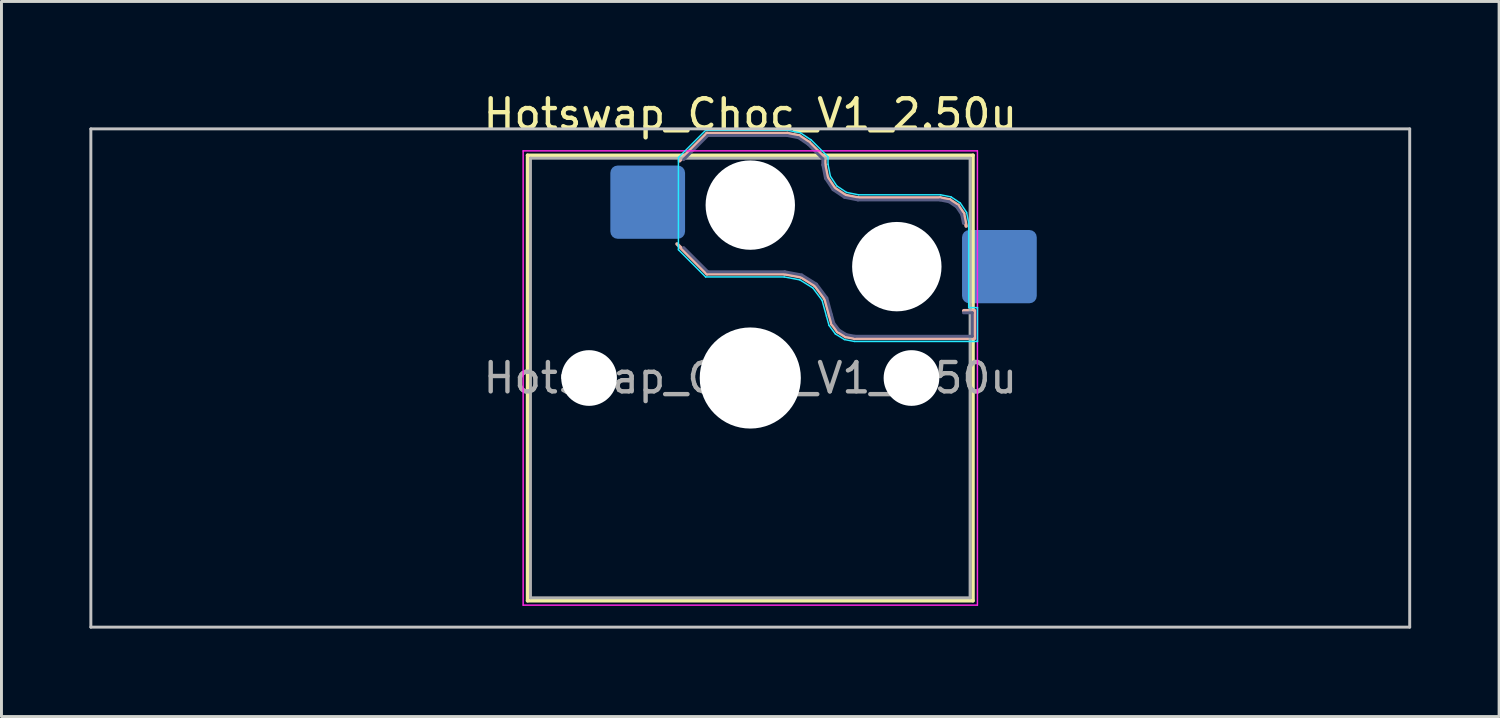
<source format=kicad_pcb>
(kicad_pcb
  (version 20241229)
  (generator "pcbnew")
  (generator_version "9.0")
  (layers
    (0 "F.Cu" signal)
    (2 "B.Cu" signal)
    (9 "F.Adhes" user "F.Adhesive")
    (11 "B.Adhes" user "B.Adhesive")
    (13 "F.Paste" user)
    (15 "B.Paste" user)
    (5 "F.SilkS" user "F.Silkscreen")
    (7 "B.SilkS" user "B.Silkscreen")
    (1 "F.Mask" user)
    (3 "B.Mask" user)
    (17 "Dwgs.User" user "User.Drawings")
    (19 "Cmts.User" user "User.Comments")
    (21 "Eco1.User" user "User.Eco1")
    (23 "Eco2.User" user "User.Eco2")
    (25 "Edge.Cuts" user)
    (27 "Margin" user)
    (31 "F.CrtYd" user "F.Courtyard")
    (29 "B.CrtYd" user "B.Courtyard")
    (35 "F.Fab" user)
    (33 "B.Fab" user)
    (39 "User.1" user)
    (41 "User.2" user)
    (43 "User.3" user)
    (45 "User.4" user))
  (footprint "Hotswap_Choc_V1_2.50u"
    (layer "F.Cu")
    (at 22.55 9.848)
    (property "Reference" "Hotswap_Choc_V1_2.50u" (at 0 -9 0) (layer "F.SilkS") (effects (font (size 1 1) (thickness 0.15))))
    (attr smd)
    (fp_line (start -7.6 -7.6) (end -7.6 7.6) (stroke (width 0.12) (type solid)) (layer "F.SilkS"))
    (fp_line (start -7.6 7.6) (end 7.6 7.6) (stroke (width 0.12) (type solid)) (layer "F.SilkS"))
    (fp_line (start 7.6 -7.6) (end -7.6 -7.6) (stroke (width 0.12) (type solid)) (layer "F.SilkS"))
    (fp_line (start 7.6 7.6) (end 7.6 -7.6) (stroke (width 0.12) (type solid)) (layer "F.SilkS"))
    (fp_line (start -2.416 -7.409) (end -1.479 -8.346) (stroke (width 0.12) (type solid)) (layer "B.SilkS"))
    (fp_line (start -1.479 -8.346) (end 1.268 -8.346) (stroke (width 0.12) (type solid)) (layer "B.SilkS"))
    (fp_line (start -1.479 -3.554) (end -2.5 -4.575) (stroke (width 0.12) (type solid)) (layer "B.SilkS"))
    (fp_line (start 1.168 -3.554) (end -1.479 -3.554) (stroke (width 0.12) (type solid)) (layer "B.SilkS"))
    (fp_line (start 1.268 -8.346) (end 1.671 -8.266) (stroke (width 0.12) (type solid)) (layer "B.SilkS"))
    (fp_line (start 1.671 -8.266) (end 2.013 -8.037) (stroke (width 0.12) (type solid)) (layer "B.SilkS"))
    (fp_line (start 1.73 -3.449) (end 1.168 -3.554) (stroke (width 0.12) (type solid)) (layer "B.SilkS"))
    (fp_line (start 2.013 -8.037) (end 2.546 -7.504) (stroke (width 0.12) (type solid)) (layer "B.SilkS"))
    (fp_line (start 2.209 -3.15) (end 1.73 -3.449) (stroke (width 0.12) (type solid)) (layer "B.SilkS"))
    (fp_line (start 2.546 -7.504) (end 2.546 -7.282) (stroke (width 0.12) (type solid)) (layer "B.SilkS"))
    (fp_line (start 2.546 -7.282) (end 2.633 -6.844) (stroke (width 0.12) (type solid)) (layer "B.SilkS"))
    (fp_line (start 2.547 -2.697) (end 2.209 -3.15) (stroke (width 0.12) (type solid)) (layer "B.SilkS"))
    (fp_line (start 2.633 -6.844) (end 2.877 -6.477) (stroke (width 0.12) (type solid)) (layer "B.SilkS"))
    (fp_line (start 2.701 -2.139) (end 2.547 -2.697) (stroke (width 0.12) (type solid)) (layer "B.SilkS"))
    (fp_line (start 2.783 -1.841) (end 2.701 -2.139) (stroke (width 0.12) (type solid)) (layer "B.SilkS"))
    (fp_line (start 2.877 -6.477) (end 3.244 -6.233) (stroke (width 0.12) (type solid)) (layer "B.SilkS"))
    (fp_line (start 2.976 -1.583) (end 2.783 -1.841) (stroke (width 0.12) (type solid)) (layer "B.SilkS"))
    (fp_line (start 3.244 -6.233) (end 3.682 -6.146) (stroke (width 0.12) (type solid)) (layer "B.SilkS"))
    (fp_line (start 3.25 -1.413) (end 2.976 -1.583) (stroke (width 0.12) (type solid)) (layer "B.SilkS"))
    (fp_line (start 3.56 -1.354) (end 3.25 -1.413) (stroke (width 0.12) (type solid)) (layer "B.SilkS"))
    (fp_line (start 3.682 -6.146) (end 6.482 -6.146) (stroke (width 0.12) (type solid)) (layer "B.SilkS"))
    (fp_line (start 6.482 -6.146) (end 6.809 -6.081) (stroke (width 0.12) (type solid)) (layer "B.SilkS"))
    (fp_line (start 6.809 -6.081) (end 7.092 -5.892) (stroke (width 0.12) (type solid)) (layer "B.SilkS"))
    (fp_line (start 7.092 -5.892) (end 7.281 -5.609) (stroke (width 0.12) (type solid)) (layer "B.SilkS"))
    (fp_line (start 7.281 -5.609) (end 7.366 -5.182) (stroke (width 0.12) (type solid)) (layer "B.SilkS"))
    (fp_line (start 7.283 -2.296) (end 7.646 -2.296) (stroke (width 0.12) (type solid)) (layer "B.SilkS"))
    (fp_line (start 7.646 -2.296) (end 7.646 -1.354) (stroke (width 0.12) (type solid)) (layer "B.SilkS"))
    (fp_line (start 7.646 -1.354) (end 3.56 -1.354) (stroke (width 0.12) (type solid)) (layer "B.SilkS"))
    (fp_line (start -22.5 -8.5) (end -22.5 8.5) (stroke (width 0.1) (type solid)) (layer "Dwgs.User"))
    (fp_line (start -22.5 8.5) (end 22.5 8.5) (stroke (width 0.1) (type solid)) (layer "Dwgs.User"))
    (fp_line (start 22.5 -8.5) (end -22.5 -8.5) (stroke (width 0.1) (type solid)) (layer "Dwgs.User"))
    (fp_line (start 22.5 8.5) (end 22.5 -8.5) (stroke (width 0.1) (type solid)) (layer "Dwgs.User"))
    (fp_line (start -7.25 -7.25) (end -7.25 7.25) (stroke (width 0.1) (type solid)) (layer "Eco1.User"))
    (fp_line (start -7.25 7.25) (end 7.25 7.25) (stroke (width 0.1) (type solid)) (layer "Eco1.User"))
    (fp_line (start 7.25 -7.25) (end -7.25 -7.25) (stroke (width 0.1) (type solid)) (layer "Eco1.User"))
    (fp_line (start 7.25 7.25) (end 7.25 -7.25) (stroke (width 0.1) (type solid)) (layer "Eco1.User"))
    (fp_line (start -2.452 -7.523) (end -1.523 -8.452) (stroke (width 0.05) (type solid)) (layer "B.CrtYd"))
    (fp_line (start -2.452 -4.377) (end -2.452 -7.523) (stroke (width 0.05) (type solid)) (layer "B.CrtYd"))
    (fp_line (start -1.523 -8.452) (end 1.278 -8.452) (stroke (width 0.05) (type solid)) (layer "B.CrtYd"))
    (fp_line (start -1.523 -3.448) (end -2.452 -4.377) (stroke (width 0.05) (type solid)) (layer "B.CrtYd"))
    (fp_line (start 1.159 -3.448) (end -1.523 -3.448) (stroke (width 0.05) (type solid)) (layer "B.CrtYd"))
    (fp_line (start 1.278 -8.452) (end 1.712 -8.366) (stroke (width 0.05) (type solid)) (layer "B.CrtYd"))
    (fp_line (start 1.691 -3.348) (end 1.159 -3.448) (stroke (width 0.05) (type solid)) (layer "B.CrtYd"))
    (fp_line (start 1.712 -8.366) (end 2.081 -8.119) (stroke (width 0.05) (type solid)) (layer "B.CrtYd"))
    (fp_line (start 2.081 -8.119) (end 2.652 -7.548) (stroke (width 0.05) (type solid)) (layer "B.CrtYd"))
    (fp_line (start 2.136 -3.071) (end 1.691 -3.348) (stroke (width 0.05) (type solid)) (layer "B.CrtYd"))
    (fp_line (start 2.45 -2.65) (end 2.136 -3.071) (stroke (width 0.05) (type solid)) (layer "B.CrtYd"))
    (fp_line (start 2.599 -2.111) (end 2.45 -2.65) (stroke (width 0.05) (type solid)) (layer "B.CrtYd"))
    (fp_line (start 2.652 -7.548) (end 2.652 -7.292) (stroke (width 0.05) (type solid)) (layer "B.CrtYd"))
    (fp_line (start 2.652 -7.292) (end 2.733 -6.885) (stroke (width 0.05) (type solid)) (layer "B.CrtYd"))
    (fp_line (start 2.687 -1.794) (end 2.599 -2.111) (stroke (width 0.05) (type solid)) (layer "B.CrtYd"))
    (fp_line (start 2.733 -6.885) (end 2.953 -6.553) (stroke (width 0.05) (type solid)) (layer "B.CrtYd"))
    (fp_line (start 2.903 -1.503) (end 2.687 -1.794) (stroke (width 0.05) (type solid)) (layer "B.CrtYd"))
    (fp_line (start 2.953 -6.553) (end 3.285 -6.333) (stroke (width 0.05) (type solid)) (layer "B.CrtYd"))
    (fp_line (start 3.211 -1.312) (end 2.903 -1.503) (stroke (width 0.05) (type solid)) (layer "B.CrtYd"))
    (fp_line (start 3.285 -6.333) (end 3.692 -6.252) (stroke (width 0.05) (type solid)) (layer "B.CrtYd"))
    (fp_line (start 3.55 -1.248) (end 3.211 -1.312) (stroke (width 0.05) (type solid)) (layer "B.CrtYd"))
    (fp_line (start 3.692 -6.252) (end 6.492 -6.252) (stroke (width 0.05) (type solid)) (layer "B.CrtYd"))
    (fp_line (start 6.492 -6.252) (end 6.85 -6.181) (stroke (width 0.05) (type solid)) (layer "B.CrtYd"))
    (fp_line (start 6.85 -6.181) (end 7.168 -5.968) (stroke (width 0.05) (type solid)) (layer "B.CrtYd"))
    (fp_line (start 7.168 -5.968) (end 7.381 -5.65) (stroke (width 0.05) (type solid)) (layer "B.CrtYd"))
    (fp_line (start 7.381 -5.65) (end 7.452 -5.292) (stroke (width 0.05) (type solid)) (layer "B.CrtYd"))
    (fp_line (start 7.452 -5.292) (end 7.452 -2.402) (stroke (width 0.05) (type solid)) (layer "B.CrtYd"))
    (fp_line (start 7.452 -2.402) (end 7.752 -2.402) (stroke (width 0.05) (type solid)) (layer "B.CrtYd"))
    (fp_line (start 7.752 -2.402) (end 7.752 -1.248) (stroke (width 0.05) (type solid)) (layer "B.CrtYd"))
    (fp_line (start 7.752 -1.248) (end 3.55 -1.248) (stroke (width 0.05) (type solid)) (layer "B.CrtYd"))
    (fp_line (start -7.75 -7.75) (end -7.75 7.75) (stroke (width 0.05) (type solid)) (layer "F.CrtYd"))
    (fp_line (start -7.75 7.75) (end 7.75 7.75) (stroke (width 0.05) (type solid)) (layer "F.CrtYd"))
    (fp_line (start 7.75 -7.75) (end -7.75 -7.75) (stroke (width 0.05) (type solid)) (layer "F.CrtYd"))
    (fp_line (start 7.75 7.75) (end 7.75 -7.75) (stroke (width 0.05) (type solid)) (layer "F.CrtYd"))
    (fp_line (start -2.275 -7.45) (end -1.45 -8.275) (stroke (width 0.1) (type solid)) (layer "B.Fab"))
    (fp_line (start -1.45 -8.275) (end 1.261 -8.275) (stroke (width 0.1) (type solid)) (layer "B.Fab"))
    (fp_line (start -1.45 -3.625) (end -2.275 -4.45) (stroke (width 0.1) (type solid)) (layer "B.Fab"))
    (fp_line (start 1.175 -3.625) (end -1.45 -3.625) (stroke (width 0.1) (type solid)) (layer "B.Fab"))
    (fp_line (start 1.261 -8.275) (end 1.643 -8.199) (stroke (width 0.1) (type solid)) (layer "B.Fab"))
    (fp_line (start 1.643 -8.199) (end 1.968 -7.982) (stroke (width 0.1) (type solid)) (layer "B.Fab"))
    (fp_line (start 1.756 -3.516) (end 1.175 -3.625) (stroke (width 0.1) (type solid)) (layer "B.Fab"))
    (fp_line (start 1.968 -7.982) (end 2.475 -7.475) (stroke (width 0.1) (type solid)) (layer "B.Fab"))
    (fp_line (start 2.258 -3.203) (end 1.756 -3.516) (stroke (width 0.1) (type solid)) (layer "B.Fab"))
    (fp_line (start 2.475 -7.475) (end 2.475 -7.275) (stroke (width 0.1) (type solid)) (layer "B.Fab"))
    (fp_line (start 2.475 -7.275) (end 2.566 -6.816) (stroke (width 0.1) (type solid)) (layer "B.Fab"))
    (fp_line (start 2.566 -6.816) (end 2.826 -6.426) (stroke (width 0.1) (type solid)) (layer "B.Fab"))
    (fp_line (start 2.612 -2.729) (end 2.258 -3.203) (stroke (width 0.1) (type solid)) (layer "B.Fab"))
    (fp_line (start 2.769 -2.158) (end 2.612 -2.729) (stroke (width 0.1) (type solid)) (layer "B.Fab"))
    (fp_line (start 2.826 -6.426) (end 3.216 -6.166) (stroke (width 0.1) (type solid)) (layer "B.Fab"))
    (fp_line (start 2.848 -1.873) (end 2.769 -2.158) (stroke (width 0.1) (type solid)) (layer "B.Fab"))
    (fp_line (start 3.025 -1.636) (end 2.848 -1.873) (stroke (width 0.1) (type solid)) (layer "B.Fab"))
    (fp_line (start 3.216 -6.166) (end 3.675 -6.075) (stroke (width 0.1) (type solid)) (layer "B.Fab"))
    (fp_line (start 3.276 -1.48) (end 3.025 -1.636) (stroke (width 0.1) (type solid)) (layer "B.Fab"))
    (fp_line (start 3.567 -1.425) (end 3.276 -1.48) (stroke (width 0.1) (type solid)) (layer "B.Fab"))
    (fp_line (start 3.675 -6.075) (end 6.475 -6.075) (stroke (width 0.1) (type solid)) (layer "B.Fab"))
    (fp_line (start 6.475 -6.075) (end 6.781 -6.014) (stroke (width 0.1) (type solid)) (layer "B.Fab"))
    (fp_line (start 6.781 -6.014) (end 7.041 -5.841) (stroke (width 0.1) (type solid)) (layer "B.Fab"))
    (fp_line (start 7.041 -5.841) (end 7.214 -5.581) (stroke (width 0.1) (type solid)) (layer "B.Fab"))
    (fp_line (start 7.214 -5.581) (end 7.275 -5.275) (stroke (width 0.1) (type solid)) (layer "B.Fab"))
    (fp_line (start 7.275 -2.225) (end 7.575 -2.225) (stroke (width 0.1) (type solid)) (layer "B.Fab"))
    (fp_line (start 7.575 -2.225) (end 7.575 -1.425) (stroke (width 0.1) (type solid)) (layer "B.Fab"))
    (fp_line (start 7.575 -1.425) (end 3.567 -1.425) (stroke (width 0.1) (type solid)) (layer "B.Fab"))
    (fp_line (start -7.5 -7.5) (end -7.5 7.5) (stroke (width 0.1) (type solid)) (layer "F.Fab"))
    (fp_line (start -7.5 7.5) (end 7.5 7.5) (stroke (width 0.1) (type solid)) (layer "F.Fab"))
    (fp_line (start 7.5 -7.5) (end -7.5 -7.5) (stroke (width 0.1) (type solid)) (layer "F.Fab"))
    (fp_line (start 7.5 7.5) (end 7.5 -7.5) (stroke (width 0.1) (type solid)) (layer "F.Fab"))
    (fp_text user "${REFERENCE}" (at 0 0 0) (layer "F.Fab") (effects (font (size 1 1) (thickness 0.15))))
    (pad "" np_thru_hole circle (at -5.5 0) (size 1.9 1.9) (drill 1.9) (layers "*.Cu" "*.Mask"))
    (pad "" np_thru_hole circle (at 0 -5.9) (size 3.05 3.05) (drill 3.05) (layers "*.Cu" "*.Mask"))
    (pad "" np_thru_hole circle (at 0 0) (size 3.45 3.45) (drill 3.45) (layers "*.Cu" "*.Mask"))
    (pad "" np_thru_hole circle (at 5 -3.8) (size 3.05 3.05) (drill 3.05) (layers "*.Cu" "*.Mask"))
    (pad "" np_thru_hole circle (at 5.5 0) (size 1.9 1.9) (drill 1.9) (layers "*.Cu" "*.Mask"))
    (pad "1" smd roundrect (at -3.5 -6) (size 2.55 2.5) (layers "B.Cu" "B.Mask" "B.Paste") (roundrect_rratio 0.1))
    (pad "2" smd roundrect (at 8.5 -3.8) (size 2.55 2.5) (layers "B.Cu" "B.Mask" "B.Paste") (roundrect_rratio 0.1)))
  (gr_rect
    (start -3 -3)
    (end 48.1 21.398)
    (stroke (width 0.1) (type default))
    (fill no)
    (layer "Edge.Cuts")))
</source>
